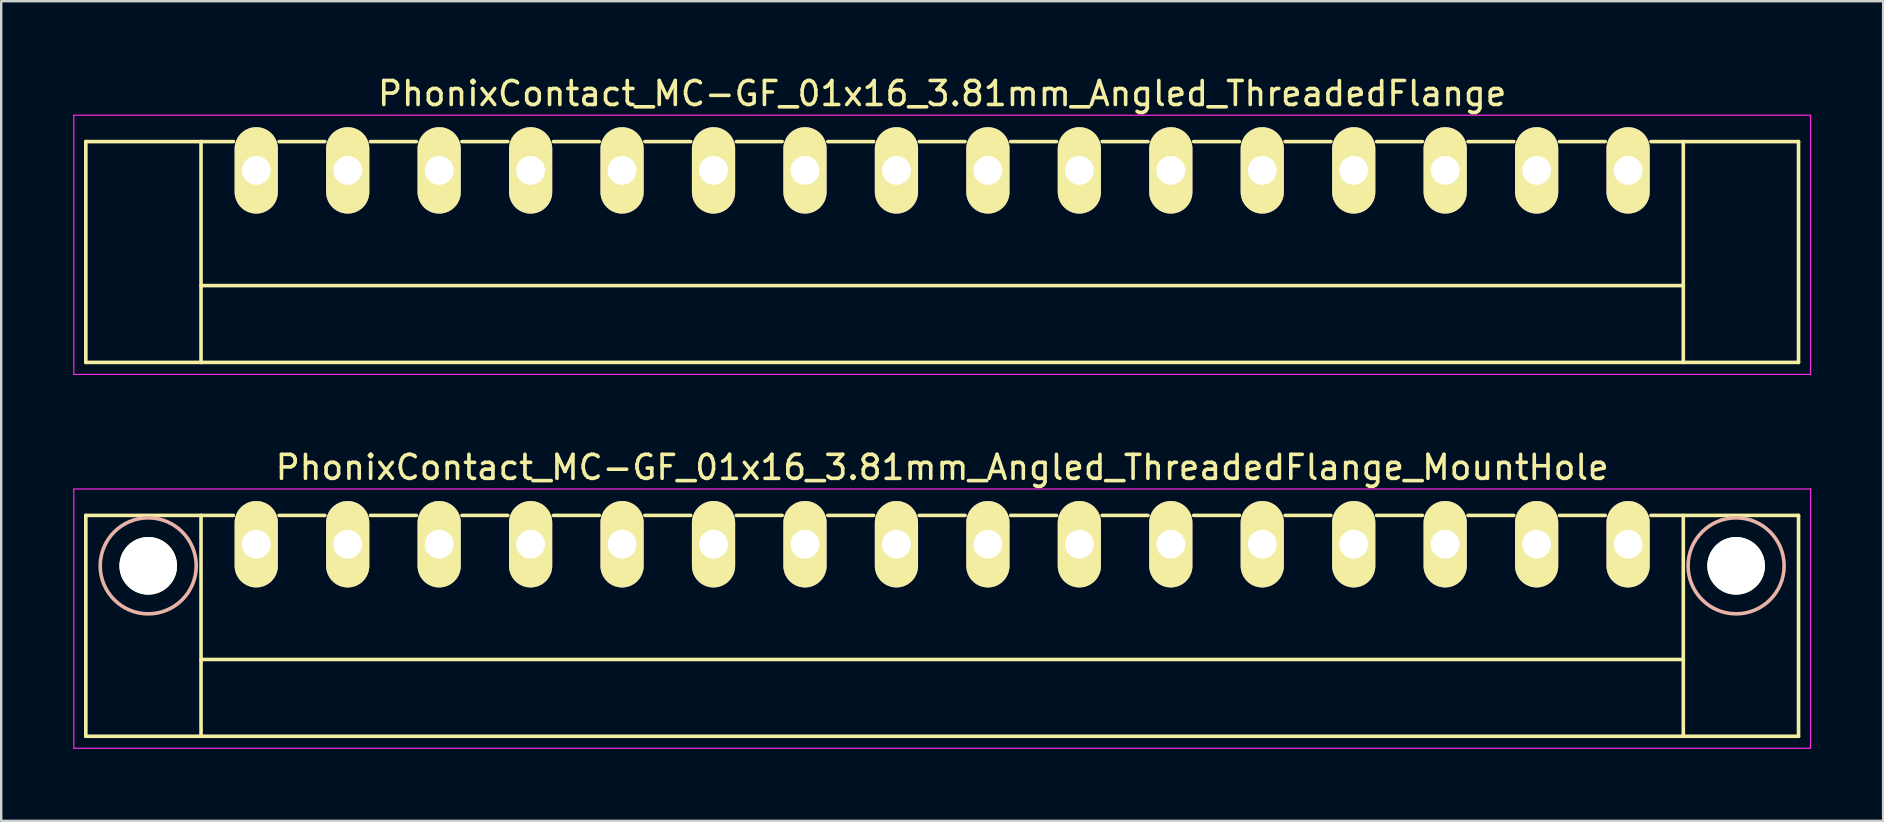
<source format=kicad_pcb>
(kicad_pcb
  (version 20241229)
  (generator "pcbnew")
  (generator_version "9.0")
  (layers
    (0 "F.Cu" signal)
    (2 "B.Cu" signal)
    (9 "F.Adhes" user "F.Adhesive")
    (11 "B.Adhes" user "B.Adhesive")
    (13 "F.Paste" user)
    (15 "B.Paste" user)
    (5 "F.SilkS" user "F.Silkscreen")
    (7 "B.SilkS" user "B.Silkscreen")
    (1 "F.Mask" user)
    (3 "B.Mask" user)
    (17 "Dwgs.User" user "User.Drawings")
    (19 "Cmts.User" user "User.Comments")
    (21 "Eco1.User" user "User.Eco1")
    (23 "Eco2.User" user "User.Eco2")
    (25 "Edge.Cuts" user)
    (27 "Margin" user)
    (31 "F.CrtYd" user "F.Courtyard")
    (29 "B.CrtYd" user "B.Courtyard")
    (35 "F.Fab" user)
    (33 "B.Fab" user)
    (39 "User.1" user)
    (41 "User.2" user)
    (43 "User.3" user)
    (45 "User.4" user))
  (footprint "PhonixContact_MC-GF_01x16_3.81mm_Angled_ThreadedFlange_MountHole"
    (layer "F.Cu")
    (at 7.625 19.622)
    (property "Reference" "PhonixContact_MC-GF_01x16_3.81mm_Angled_ThreadedFlange_MountHole" (at 28.575 -3.2 0) (layer "F.SilkS") (effects (font (size 1 1) (thickness 0.15))))
    (attr through_hole)
    (fp_line (start -7.1 -1.2) (end -7.1 8) (stroke (width 0.15) (type solid)) (layer "F.SilkS"))
    (fp_line (start -7.1 -1.2) (end -0.95 -1.2) (stroke (width 0.15) (type solid)) (layer "F.SilkS"))
    (fp_line (start -7.1 8) (end 64.25 8) (stroke (width 0.15) (type solid)) (layer "F.SilkS"))
    (fp_line (start -2.3 -1.2) (end -2.3 8) (stroke (width 0.15) (type solid)) (layer "F.SilkS"))
    (fp_line (start -2.3 4.8) (end 59.45 4.8) (stroke (width 0.15) (type solid)) (layer "F.SilkS"))
    (fp_line (start 0.95 -1.2) (end 2.86 -1.2) (stroke (width 0.15) (type solid)) (layer "F.SilkS"))
    (fp_line (start 4.76 -1.2) (end 6.67 -1.2) (stroke (width 0.15) (type solid)) (layer "F.SilkS"))
    (fp_line (start 8.57 -1.2) (end 10.48 -1.2) (stroke (width 0.15) (type solid)) (layer "F.SilkS"))
    (fp_line (start 12.38 -1.2) (end 14.29 -1.2) (stroke (width 0.15) (type solid)) (layer "F.SilkS"))
    (fp_line (start 16.19 -1.2) (end 18.1 -1.2) (stroke (width 0.15) (type solid)) (layer "F.SilkS"))
    (fp_line (start 20 -1.2) (end 21.91 -1.2) (stroke (width 0.15) (type solid)) (layer "F.SilkS"))
    (fp_line (start 23.81 -1.2) (end 25.72 -1.2) (stroke (width 0.15) (type solid)) (layer "F.SilkS"))
    (fp_line (start 27.62 -1.2) (end 29.53 -1.2) (stroke (width 0.15) (type solid)) (layer "F.SilkS"))
    (fp_line (start 31.43 -1.2) (end 33.34 -1.2) (stroke (width 0.15) (type solid)) (layer "F.SilkS"))
    (fp_line (start 35.24 -1.2) (end 37.15 -1.2) (stroke (width 0.15) (type solid)) (layer "F.SilkS"))
    (fp_line (start 39.05 -1.2) (end 40.96 -1.2) (stroke (width 0.15) (type solid)) (layer "F.SilkS"))
    (fp_line (start 42.86 -1.2) (end 44.77 -1.2) (stroke (width 0.15) (type solid)) (layer "F.SilkS"))
    (fp_line (start 46.67 -1.2) (end 48.58 -1.2) (stroke (width 0.15) (type solid)) (layer "F.SilkS"))
    (fp_line (start 50.48 -1.2) (end 52.39 -1.2) (stroke (width 0.15) (type solid)) (layer "F.SilkS"))
    (fp_line (start 54.29 -1.2) (end 56.2 -1.2) (stroke (width 0.15) (type solid)) (layer "F.SilkS"))
    (fp_line (start 59.45 -1.2) (end 59.45 8) (stroke (width 0.15) (type solid)) (layer "F.SilkS"))
    (fp_line (start 64.25 -1.2) (end 58.1 -1.2) (stroke (width 0.15) (type solid)) (layer "F.SilkS"))
    (fp_line (start 64.25 8) (end 64.25 -1.2) (stroke (width 0.15) (type solid)) (layer "F.SilkS"))
    (fp_circle (center -4.5 0.9) (end -2.5 0.9) (stroke (width 0.15) (type solid)) (fill no) (layer "B.SilkS"))
    (fp_circle (center 61.65 0.9) (end 63.65 0.9) (stroke (width 0.15) (type solid)) (fill no) (layer "B.SilkS"))
    (fp_line (start -7.6 -2.3) (end -7.6 8.5) (stroke (width 0.05) (type solid)) (layer "F.CrtYd"))
    (fp_line (start -7.6 8.5) (end 64.75 8.5) (stroke (width 0.05) (type solid)) (layer "F.CrtYd"))
    (fp_line (start 64.75 -2.3) (end -7.6 -2.3) (stroke (width 0.05) (type solid)) (layer "F.CrtYd"))
    (fp_line (start 64.75 8.5) (end 64.75 -2.3) (stroke (width 0.05) (type solid)) (layer "F.CrtYd"))
    (pad "" np_thru_hole circle (at -4.5 0.9) (size 2.4 2.4) (drill 2.4) (layers "*.Cu" "*.Mask" "F.SilkS"))
    (pad "" np_thru_hole circle (at 61.65 0.9) (size 2.4 2.4) (drill 2.4) (layers "*.Cu" "*.Mask" "F.SilkS"))
    (pad "1" thru_hole oval (at 0 0) (size 1.8 3.6) (drill 1.2) (layers "*.Cu" "*.Mask" "F.SilkS"))
    (pad "2" thru_hole oval (at 3.81 0) (size 1.8 3.6) (drill 1.2) (layers "*.Cu" "*.Mask" "F.SilkS"))
    (pad "3" thru_hole oval (at 7.62 0) (size 1.8 3.6) (drill 1.2) (layers "*.Cu" "*.Mask" "F.SilkS"))
    (pad "4" thru_hole oval (at 11.43 0) (size 1.8 3.6) (drill 1.2) (layers "*.Cu" "*.Mask" "F.SilkS"))
    (pad "5" thru_hole oval (at 15.24 0) (size 1.8 3.6) (drill 1.2) (layers "*.Cu" "*.Mask" "F.SilkS"))
    (pad "6" thru_hole oval (at 19.05 0) (size 1.8 3.6) (drill 1.2) (layers "*.Cu" "*.Mask" "F.SilkS"))
    (pad "7" thru_hole oval (at 22.86 0) (size 1.8 3.6) (drill 1.2) (layers "*.Cu" "*.Mask" "F.SilkS"))
    (pad "8" thru_hole oval (at 26.67 0) (size 1.8 3.6) (drill 1.2) (layers "*.Cu" "*.Mask" "F.SilkS"))
    (pad "9" thru_hole oval (at 30.48 0) (size 1.8 3.6) (drill 1.2) (layers "*.Cu" "*.Mask" "F.SilkS"))
    (pad "10" thru_hole oval (at 34.29 0) (size 1.8 3.6) (drill 1.2) (layers "*.Cu" "*.Mask" "F.SilkS"))
    (pad "11" thru_hole oval (at 38.1 0) (size 1.8 3.6) (drill 1.2) (layers "*.Cu" "*.Mask" "F.SilkS"))
    (pad "12" thru_hole oval (at 41.91 0) (size 1.8 3.6) (drill 1.2) (layers "*.Cu" "*.Mask" "F.SilkS"))
    (pad "13" thru_hole oval (at 45.72 0) (size 1.8 3.6) (drill 1.2) (layers "*.Cu" "*.Mask" "F.SilkS"))
    (pad "14" thru_hole oval (at 49.53 0) (size 1.8 3.6) (drill 1.2) (layers "*.Cu" "*.Mask" "F.SilkS"))
    (pad "15" thru_hole oval (at 53.34 0) (size 1.8 3.6) (drill 1.2) (layers "*.Cu" "*.Mask" "F.SilkS"))
    (pad "16" thru_hole oval (at 57.15 0) (size 1.8 3.6) (drill 1.2) (layers "*.Cu" "*.Mask" "F.SilkS")))
  (footprint "PhonixContact_MC-GF_01x16_3.81mm_Angled_ThreadedFlange"
    (layer "F.Cu")
    (at 7.625 4.048)
    (property "Reference" "PhonixContact_MC-GF_01x16_3.81mm_Angled_ThreadedFlange" (at 28.575 -3.2 0) (layer "F.SilkS") (effects (font (size 1 1) (thickness 0.15))))
    (attr through_hole)
    (fp_line (start -7.1 -1.2) (end -7.1 8) (stroke (width 0.15) (type solid)) (layer "F.SilkS"))
    (fp_line (start -7.1 -1.2) (end -0.95 -1.2) (stroke (width 0.15) (type solid)) (layer "F.SilkS"))
    (fp_line (start -7.1 8) (end 64.25 8) (stroke (width 0.15) (type solid)) (layer "F.SilkS"))
    (fp_line (start -2.3 -1.2) (end -2.3 8) (stroke (width 0.15) (type solid)) (layer "F.SilkS"))
    (fp_line (start -2.3 4.8) (end 59.45 4.8) (stroke (width 0.15) (type solid)) (layer "F.SilkS"))
    (fp_line (start 0.95 -1.2) (end 2.86 -1.2) (stroke (width 0.15) (type solid)) (layer "F.SilkS"))
    (fp_line (start 4.76 -1.2) (end 6.67 -1.2) (stroke (width 0.15) (type solid)) (layer "F.SilkS"))
    (fp_line (start 8.57 -1.2) (end 10.48 -1.2) (stroke (width 0.15) (type solid)) (layer "F.SilkS"))
    (fp_line (start 12.38 -1.2) (end 14.29 -1.2) (stroke (width 0.15) (type solid)) (layer "F.SilkS"))
    (fp_line (start 16.19 -1.2) (end 18.1 -1.2) (stroke (width 0.15) (type solid)) (layer "F.SilkS"))
    (fp_line (start 20 -1.2) (end 21.91 -1.2) (stroke (width 0.15) (type solid)) (layer "F.SilkS"))
    (fp_line (start 23.81 -1.2) (end 25.72 -1.2) (stroke (width 0.15) (type solid)) (layer "F.SilkS"))
    (fp_line (start 27.62 -1.2) (end 29.53 -1.2) (stroke (width 0.15) (type solid)) (layer "F.SilkS"))
    (fp_line (start 31.43 -1.2) (end 33.34 -1.2) (stroke (width 0.15) (type solid)) (layer "F.SilkS"))
    (fp_line (start 35.24 -1.2) (end 37.15 -1.2) (stroke (width 0.15) (type solid)) (layer "F.SilkS"))
    (fp_line (start 39.05 -1.2) (end 40.96 -1.2) (stroke (width 0.15) (type solid)) (layer "F.SilkS"))
    (fp_line (start 42.86 -1.2) (end 44.77 -1.2) (stroke (width 0.15) (type solid)) (layer "F.SilkS"))
    (fp_line (start 46.67 -1.2) (end 48.58 -1.2) (stroke (width 0.15) (type solid)) (layer "F.SilkS"))
    (fp_line (start 50.48 -1.2) (end 52.39 -1.2) (stroke (width 0.15) (type solid)) (layer "F.SilkS"))
    (fp_line (start 54.29 -1.2) (end 56.2 -1.2) (stroke (width 0.15) (type solid)) (layer "F.SilkS"))
    (fp_line (start 59.45 -1.2) (end 59.45 8) (stroke (width 0.15) (type solid)) (layer "F.SilkS"))
    (fp_line (start 64.25 -1.2) (end 58.1 -1.2) (stroke (width 0.15) (type solid)) (layer "F.SilkS"))
    (fp_line (start 64.25 8) (end 64.25 -1.2) (stroke (width 0.15) (type solid)) (layer "F.SilkS"))
    (fp_line (start -7.6 -2.3) (end -7.6 8.5) (stroke (width 0.05) (type solid)) (layer "F.CrtYd"))
    (fp_line (start -7.6 8.5) (end 64.75 8.5) (stroke (width 0.05) (type solid)) (layer "F.CrtYd"))
    (fp_line (start 64.75 -2.3) (end -7.6 -2.3) (stroke (width 0.05) (type solid)) (layer "F.CrtYd"))
    (fp_line (start 64.75 8.5) (end 64.75 -2.3) (stroke (width 0.05) (type solid)) (layer "F.CrtYd"))
    (pad "1" thru_hole oval (at 0 0) (size 1.8 3.6) (drill 1.2) (layers "*.Cu" "*.Mask" "F.SilkS"))
    (pad "2" thru_hole oval (at 3.81 0) (size 1.8 3.6) (drill 1.2) (layers "*.Cu" "*.Mask" "F.SilkS"))
    (pad "3" thru_hole oval (at 7.62 0) (size 1.8 3.6) (drill 1.2) (layers "*.Cu" "*.Mask" "F.SilkS"))
    (pad "4" thru_hole oval (at 11.43 0) (size 1.8 3.6) (drill 1.2) (layers "*.Cu" "*.Mask" "F.SilkS"))
    (pad "5" thru_hole oval (at 15.24 0) (size 1.8 3.6) (drill 1.2) (layers "*.Cu" "*.Mask" "F.SilkS"))
    (pad "6" thru_hole oval (at 19.05 0) (size 1.8 3.6) (drill 1.2) (layers "*.Cu" "*.Mask" "F.SilkS"))
    (pad "7" thru_hole oval (at 22.86 0) (size 1.8 3.6) (drill 1.2) (layers "*.Cu" "*.Mask" "F.SilkS"))
    (pad "8" thru_hole oval (at 26.67 0) (size 1.8 3.6) (drill 1.2) (layers "*.Cu" "*.Mask" "F.SilkS"))
    (pad "9" thru_hole oval (at 30.48 0) (size 1.8 3.6) (drill 1.2) (layers "*.Cu" "*.Mask" "F.SilkS"))
    (pad "10" thru_hole oval (at 34.29 0) (size 1.8 3.6) (drill 1.2) (layers "*.Cu" "*.Mask" "F.SilkS"))
    (pad "11" thru_hole oval (at 38.1 0) (size 1.8 3.6) (drill 1.2) (layers "*.Cu" "*.Mask" "F.SilkS"))
    (pad "12" thru_hole oval (at 41.91 0) (size 1.8 3.6) (drill 1.2) (layers "*.Cu" "*.Mask" "F.SilkS"))
    (pad "13" thru_hole oval (at 45.72 0) (size 1.8 3.6) (drill 1.2) (layers "*.Cu" "*.Mask" "F.SilkS"))
    (pad "14" thru_hole oval (at 49.53 0) (size 1.8 3.6) (drill 1.2) (layers "*.Cu" "*.Mask" "F.SilkS"))
    (pad "15" thru_hole oval (at 53.34 0) (size 1.8 3.6) (drill 1.2) (layers "*.Cu" "*.Mask" "F.SilkS"))
    (pad "16" thru_hole oval (at 57.15 0) (size 1.8 3.6) (drill 1.2) (layers "*.Cu" "*.Mask" "F.SilkS")))
  (gr_rect
    (start -3 -3)
    (end 75.4 31.146)
    (stroke (width 0.1) (type default))
    (fill no)
    (layer "Edge.Cuts")))
</source>
